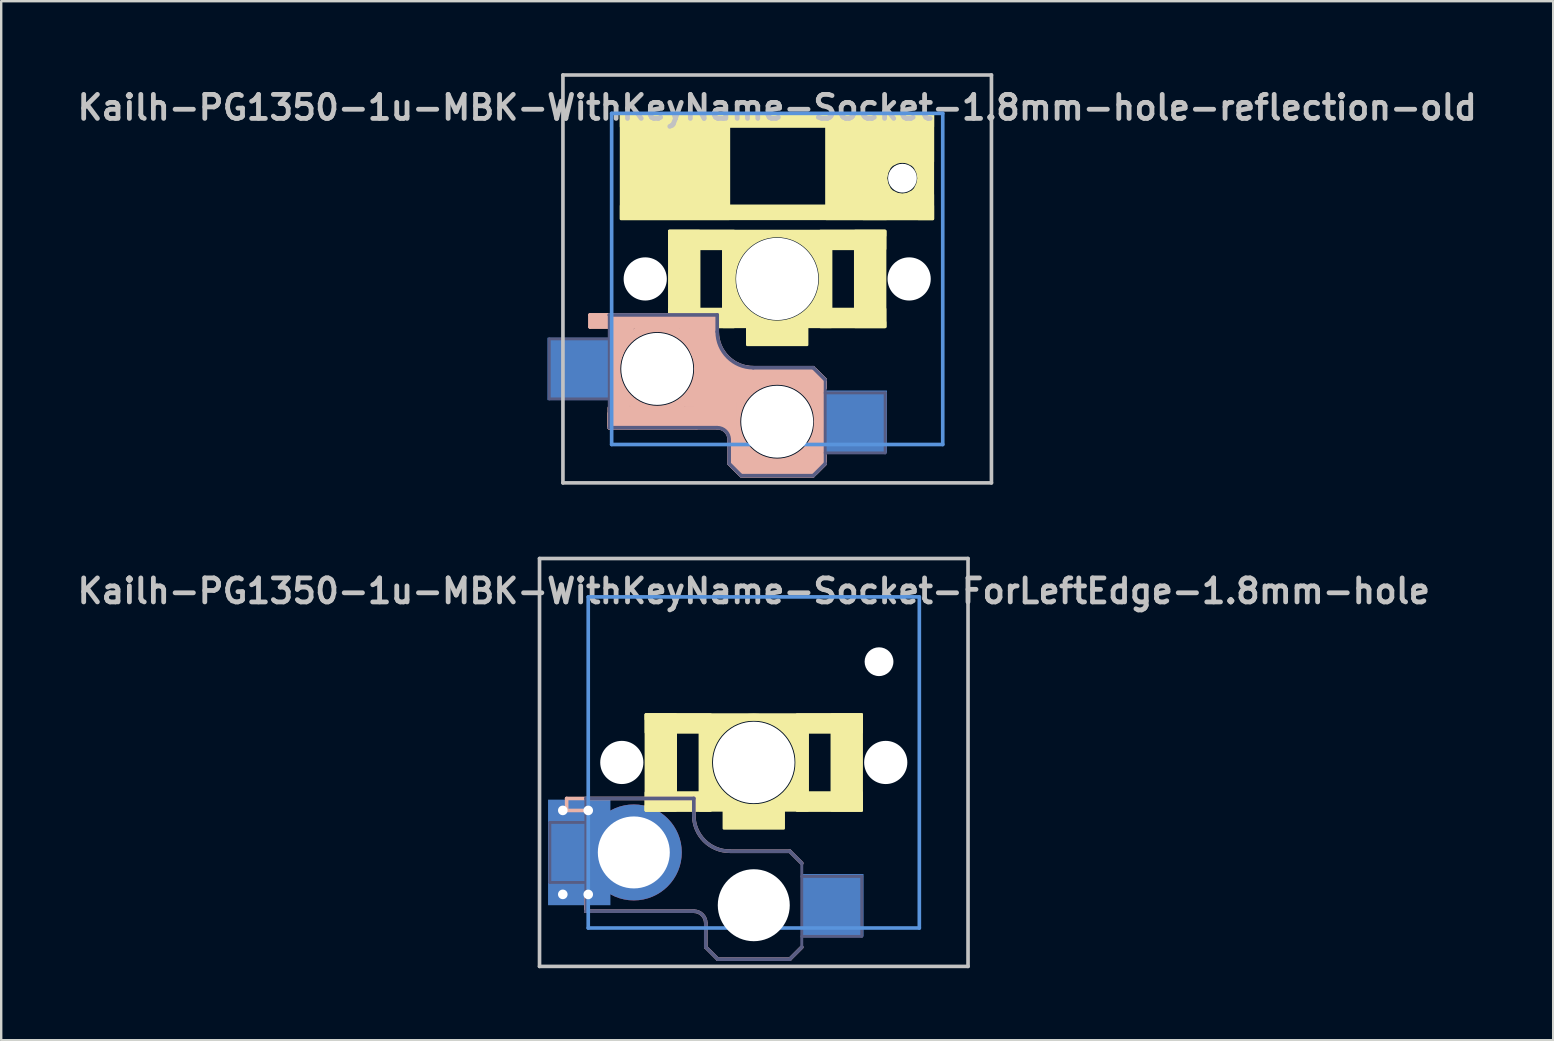
<source format=kicad_pcb>
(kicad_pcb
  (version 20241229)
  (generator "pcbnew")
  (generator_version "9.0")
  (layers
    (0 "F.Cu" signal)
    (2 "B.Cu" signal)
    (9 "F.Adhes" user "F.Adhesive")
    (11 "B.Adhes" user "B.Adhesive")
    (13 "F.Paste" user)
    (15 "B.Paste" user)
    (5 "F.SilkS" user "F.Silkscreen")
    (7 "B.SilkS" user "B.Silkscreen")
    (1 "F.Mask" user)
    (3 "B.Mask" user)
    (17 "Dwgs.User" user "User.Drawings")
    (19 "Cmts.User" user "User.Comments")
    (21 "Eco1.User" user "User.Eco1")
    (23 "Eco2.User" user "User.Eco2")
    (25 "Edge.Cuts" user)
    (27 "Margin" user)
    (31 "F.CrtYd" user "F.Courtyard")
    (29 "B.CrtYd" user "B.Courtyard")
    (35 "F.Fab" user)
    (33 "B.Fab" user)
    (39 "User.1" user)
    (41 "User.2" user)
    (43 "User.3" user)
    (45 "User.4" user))
  (footprint "Kailh-PG1350-1u-MBK-WithKeyName-Socket-ForLeftEdge-1.8mm-hole"
    (layer "F.Cu")
    (at 28.367 28.729)
    (property "Reference" "Kailh-PG1350-1u-MBK-WithKeyName-Socket-ForLeftEdge-1.8mm-hole" (at 0 -7.144 180) (layer "Dwgs.User") (effects (font (size 1 1) (thickness 0.2))))
    (attr through_hole)
    (fp_circle (center 0 0) (end 1.887 0) (stroke (width 0.3) (type solid)) (fill no) (layer "F.SilkS"))
    (fp_poly (pts (xy -1.85 0.95) (xy -1 1.8) (xy -1.85 1.8)) (stroke (width 0.12) (type solid)) (fill yes) (layer "F.SilkS"))
    (fp_poly (pts (xy -0.95 -1.75) (xy -1.8 -0.9) (xy -1.8 -1.75)) (stroke (width 0.12) (type solid)) (fill yes) (layer "F.SilkS"))
    (fp_poly (pts (xy 1 1.8) (xy 1.85 0.95) (xy 1.85 1.8)) (stroke (width 0.12) (type solid)) (fill yes) (layer "F.SilkS"))
    (fp_poly (pts (xy 1.8 -0.95) (xy 0.95 -1.8) (xy 1.8 -1.8)) (stroke (width 0.12) (type solid)) (fill yes) (layer "F.SilkS"))
    (fp_poly (pts (xy -3.25 2) (xy -4.5 2) (xy -4.5 -2) (xy -3.25 -2)) (stroke (width 0.1) (type solid)) (fill yes) (layer "F.SilkS"))
    (fp_poly (pts (xy -1.8 -1.25) (xy -4.5 -1.25) (xy -4.5 -2) (xy -1.8 -2)) (stroke (width 0.1) (type solid)) (fill yes) (layer "F.SilkS"))
    (fp_poly (pts (xy -1.8 2) (xy -4.5 2) (xy -4.5 1.25) (xy -1.8 1.25)) (stroke (width 0.1) (type solid)) (fill yes) (layer "F.SilkS"))
    (fp_poly (pts (xy -1.8 2) (xy -2.25 2) (xy -2.25 -1.5) (xy -1.8 -1.5)) (stroke (width 0.1) (type solid)) (fill yes) (layer "F.SilkS"))
    (fp_poly (pts (xy 1.25 2.75) (xy -1.25 2.75) (xy -1.25 2) (xy 1.25 2)) (stroke (width 0.1) (type solid)) (fill yes) (layer "F.SilkS"))
    (fp_poly (pts (xy 2.25 2) (xy 1.8 2) (xy 1.8 -1.5) (xy 2.25 -1.5)) (stroke (width 0.1) (type solid)) (fill yes) (layer "F.SilkS"))
    (fp_poly (pts (xy 4.5 -1.8) (xy -4.5 -1.8) (xy -4.5 -2) (xy 4.5 -2)) (stroke (width 0.1) (type solid)) (fill yes) (layer "F.SilkS"))
    (fp_poly (pts (xy 4.5 -1.25) (xy 1.8 -1.25) (xy 1.8 -2) (xy 4.5 -2)) (stroke (width 0.1) (type solid)) (fill yes) (layer "F.SilkS"))
    (fp_poly (pts (xy 4.5 2) (xy -4.5 2) (xy -4.5 1.8) (xy 4.5 1.8)) (stroke (width 0.1) (type solid)) (fill yes) (layer "F.SilkS"))
    (fp_poly (pts (xy 4.5 2) (xy 1.8 2) (xy 1.8 1.25) (xy 4.5 1.25)) (stroke (width 0.1) (type solid)) (fill yes) (layer "F.SilkS"))
    (fp_poly (pts (xy 4.5 2) (xy 3.25 2) (xy 3.25 -2) (xy 4.5 -2)) (stroke (width 0.1) (type solid)) (fill yes) (layer "F.SilkS"))
    (fp_line (start -7.8 1.5) (end -7.8 2) (stroke (width 0.15) (type solid)) (layer "B.SilkS"))
    (fp_line (start -7 2) (end -7.8 2) (stroke (width 0.15) (type solid)) (layer "B.SilkS"))
    (fp_line (start -7 5.6) (end -7 6.2) (stroke (width 0.15) (type solid)) (layer "B.SilkS"))
    (fp_line (start -7 6.2) (end -2.5 6.2) (stroke (width 0.15) (type solid)) (layer "B.SilkS"))
    (fp_line (start -2.5 1.5) (end -7.8 1.5) (stroke (width 0.15) (type solid)) (layer "B.SilkS"))
    (fp_line (start -2.5 2.2) (end -2.5 1.5) (stroke (width 0.15) (type solid)) (layer "B.SilkS"))
    (fp_line (start -2 6.7) (end -2 7.7) (stroke (width 0.15) (type solid)) (layer "B.SilkS"))
    (fp_line (start -1.5 8.2) (end -2 7.7) (stroke (width 0.15) (type solid)) (layer "B.SilkS"))
    (fp_line (start 1.5 3.7) (end -1 3.7) (stroke (width 0.15) (type solid)) (layer "B.SilkS"))
    (fp_line (start 1.5 8.2) (end -1.5 8.2) (stroke (width 0.15) (type solid)) (layer "B.SilkS"))
    (fp_line (start 2 4.2) (end 1.5 3.7) (stroke (width 0.15) (type solid)) (layer "B.SilkS"))
    (fp_line (start 2 7.7) (end 1.5 8.2) (stroke (width 0.15) (type solid)) (layer "B.SilkS"))
    (fp_arc (start -2.5 6.2) (mid -2.146447 6.346447) (end -2 6.7) (stroke (width 0.15) (type solid)) (layer "B.SilkS"))
    (fp_arc (start -1 3.7) (mid -2.06066 3.26066) (end -2.5 2.2) (stroke (width 0.15) (type solid)) (layer "B.SilkS"))
    (fp_line (start -8.93 -8.5) (end 8.93 -8.5) (stroke (width 0.152) (type solid)) (layer "Dwgs.User"))
    (fp_line (start -8.93 8.5) (end -8.93 -8.5) (stroke (width 0.152) (type solid)) (layer "Dwgs.User"))
    (fp_line (start 8.93 -8.5) (end 8.93 8.5) (stroke (width 0.152) (type solid)) (layer "Dwgs.User"))
    (fp_line (start 8.93 8.5) (end -8.93 8.5) (stroke (width 0.152) (type solid)) (layer "Dwgs.User"))
    (fp_line (start -6.9 -6.9) (end 6.9 -6.9) (stroke (width 0.152) (type solid)) (layer "Cmts.User"))
    (fp_line (start -6.9 6.9) (end -6.9 -6.9) (stroke (width 0.152) (type solid)) (layer "Cmts.User"))
    (fp_line (start 6.9 -6.9) (end 6.9 6.9) (stroke (width 0.152) (type solid)) (layer "Cmts.User"))
    (fp_line (start 6.9 6.9) (end -6.9 6.9) (stroke (width 0.152) (type solid)) (layer "Cmts.User"))
    (fp_line (start -7.5 -7.5) (end 7.5 -7.5) (stroke (width 0.152) (type solid)) (layer "Eco2.User"))
    (fp_line (start -7.5 7.5) (end -7.5 -7.5) (stroke (width 0.152) (type solid)) (layer "Eco2.User"))
    (fp_line (start -2.6 -3.1) (end -2.6 -6.3) (stroke (width 0.15) (type solid)) (layer "Eco2.User"))
    (fp_line (start -2.6 -3.1) (end 2.6 -3.1) (stroke (width 0.15) (type solid)) (layer "Eco2.User"))
    (fp_line (start 2.6 -6.3) (end -2.6 -6.3) (stroke (width 0.15) (type solid)) (layer "Eco2.User"))
    (fp_line (start 2.6 -3.1) (end 2.6 -6.3) (stroke (width 0.15) (type solid)) (layer "Eco2.User"))
    (fp_line (start 7.5 -7.5) (end 7.5 7.5) (stroke (width 0.152) (type solid)) (layer "Eco2.User"))
    (fp_line (start 7.5 7.5) (end -7.5 7.5) (stroke (width 0.152) (type solid)) (layer "Eco2.User"))
    (fp_line (start -8.5 2.5) (end -7 2.5) (stroke (width 0.12) (type solid)) (layer "B.Fab"))
    (fp_line (start -8.5 5) (end -8.5 2.5) (stroke (width 0.12) (type solid)) (layer "B.Fab"))
    (fp_line (start -7 1.5) (end -7 6.2) (stroke (width 0.12) (type solid)) (layer "B.Fab"))
    (fp_line (start -7 5) (end -8.5 5) (stroke (width 0.12) (type solid)) (layer "B.Fab"))
    (fp_line (start -7 6.2) (end -2.5 6.2) (stroke (width 0.15) (type solid)) (layer "B.Fab"))
    (fp_line (start -2.5 1.5) (end -7 1.5) (stroke (width 0.15) (type solid)) (layer "B.Fab"))
    (fp_line (start -2.5 2.2) (end -2.5 1.5) (stroke (width 0.15) (type solid)) (layer "B.Fab"))
    (fp_line (start -2 6.7) (end -2 7.7) (stroke (width 0.15) (type solid)) (layer "B.Fab"))
    (fp_line (start -1.5 8.2) (end -2 7.7) (stroke (width 0.15) (type solid)) (layer "B.Fab"))
    (fp_line (start 1.5 3.7) (end -1 3.7) (stroke (width 0.15) (type solid)) (layer "B.Fab"))
    (fp_line (start 1.5 8.2) (end -1.5 8.2) (stroke (width 0.15) (type solid)) (layer "B.Fab"))
    (fp_line (start 2 4.2) (end 1.5 3.7) (stroke (width 0.15) (type solid)) (layer "B.Fab"))
    (fp_line (start 2 4.25) (end 2 7.7) (stroke (width 0.12) (type solid)) (layer "B.Fab"))
    (fp_line (start 2 4.75) (end 4.5 4.75) (stroke (width 0.12) (type solid)) (layer "B.Fab"))
    (fp_line (start 2 7.7) (end 1.5 8.2) (stroke (width 0.15) (type solid)) (layer "B.Fab"))
    (fp_line (start 4.5 4.75) (end 4.5 7.25) (stroke (width 0.12) (type solid)) (layer "B.Fab"))
    (fp_line (start 4.5 7.25) (end 2 7.25) (stroke (width 0.12) (type solid)) (layer "B.Fab"))
    (fp_arc (start -2.5 6.2) (mid -2.146447 6.346447) (end -2 6.7) (stroke (width 0.15) (type solid)) (layer "B.Fab"))
    (fp_arc (start -1 3.7) (mid -2.06066 3.26066) (end -2.5 2.2) (stroke (width 0.15) (type solid)) (layer "B.Fab"))
    (pad "" np_thru_hole circle (at -5.5 0 180) (size 1.8 1.8) (drill 1.8) (layers "*.Cu" "*.Mask"))
    (pad "" np_thru_hole circle (at 0 0 180) (size 3.4 3.4) (drill 3.4) (layers "*.Cu" "*.Mask"))
    (pad "" np_thru_hole circle (at 0 5.95) (size 3 3) (drill 3) (layers "*.Cu" "*.Mask"))
    (pad "" np_thru_hole circle (at 5.22 -4.2 180) (size 1.2 1.2) (drill 1.2) (layers "*.Cu" "*.Mask"))
    (pad "" np_thru_hole circle (at 5.5 0 180) (size 1.8 1.8) (drill 1.8) (layers "*.Cu" "*.Mask"))
    (pad "1" smd rect (at 3.275 5.95) (size 2.6 2.6) (layers "B.Cu" "B.Mask" "B.Paste"))
    (pad "2" thru_hole circle (at -7.96 1.998) (size 0.8 0.8) (drill 0.4) (layers "*.Cu"))
    (pad "2" thru_hole circle (at -7.96 5.498) (size 0.8 0.8) (drill 0.4) (layers "*.Cu"))
    (pad "2" smd rect (at -7.525 3.75) (size 2.1 2.6) (layers "B.Cu" "B.Mask" "B.Paste"))
    (pad "2" smd rect (at -7.275 3.75) (size 2.6 4.4) (layers "B.Cu"))
    (pad "2" thru_hole circle (at -6.9 2) (size 0.8 0.8) (drill 0.4) (layers "*.Cu"))
    (pad "2" thru_hole circle (at -6.9 5.5) (size 0.8 0.8) (drill 0.4) (layers "*.Cu"))
    (pad "2" thru_hole circle (at -5 3.75) (size 4 4) (drill 3) (layers "*.Cu")))
  (footprint "Kailh-PG1350-1u-MBK-WithKeyName-Socket-1.8mm-hole-reflection-old"
    (layer "F.Cu")
    (at 29.343 8.576)
    (property "Reference" "Kailh-PG1350-1u-MBK-WithKeyName-Socket-1.8mm-hole-reflection-old" (at 0 -7.144 180) (layer "Dwgs.User") (effects (font (size 1 1) (thickness 0.2))))
    (attr through_hole)
    (fp_circle (center 0 0) (end 1.887 0) (stroke (width 0.3) (type solid)) (fill no) (layer "F.SilkS"))
    (fp_poly (pts (xy -1.85 0.95) (xy -1 1.8) (xy -1.85 1.8)) (stroke (width 0.12) (type solid)) (fill yes) (layer "F.SilkS"))
    (fp_poly (pts (xy -0.95 -1.75) (xy -1.8 -0.9) (xy -1.8 -1.75)) (stroke (width 0.12) (type solid)) (fill yes) (layer "F.SilkS"))
    (fp_poly (pts (xy 1 1.8) (xy 1.85 0.95) (xy 1.85 1.8)) (stroke (width 0.12) (type solid)) (fill yes) (layer "F.SilkS"))
    (fp_poly (pts (xy 1.8 -0.95) (xy 0.95 -1.8) (xy 1.8 -1.8)) (stroke (width 0.12) (type solid)) (fill yes) (layer "F.SilkS"))
    (fp_poly (pts (xy -3.25 2) (xy -4.5 2) (xy -4.5 -2) (xy -3.25 -2)) (stroke (width 0.1) (type solid)) (fill yes) (layer "F.SilkS"))
    (fp_poly (pts (xy -2.01 -6.9) (xy -6.51 -6.9) (xy -6.51 -2.5) (xy -2.01 -2.5)) (stroke (width 0.1) (type solid)) (fill yes) (layer "F.SilkS"))
    (fp_poly (pts (xy -1.8 -1.25) (xy -4.5 -1.25) (xy -4.5 -2) (xy -1.8 -2)) (stroke (width 0.1) (type solid)) (fill yes) (layer "F.SilkS"))
    (fp_poly (pts (xy -1.8 2) (xy -4.5 2) (xy -4.5 1.25) (xy -1.8 1.25)) (stroke (width 0.1) (type solid)) (fill yes) (layer "F.SilkS"))
    (fp_poly (pts (xy -1.8 2) (xy -2.25 2) (xy -2.25 -1.5) (xy -1.8 -1.5)) (stroke (width 0.1) (type solid)) (fill yes) (layer "F.SilkS"))
    (fp_poly (pts (xy 1.25 2.75) (xy -1.25 2.75) (xy -1.25 2) (xy 1.25 2)) (stroke (width 0.1) (type solid)) (fill yes) (layer "F.SilkS"))
    (fp_poly (pts (xy 2.25 2) (xy 1.8 2) (xy 1.8 -1.5) (xy 2.25 -1.5)) (stroke (width 0.1) (type solid)) (fill yes) (layer "F.SilkS"))
    (fp_poly (pts (xy 4.5 -1.8) (xy -4.5 -1.8) (xy -4.5 -2) (xy 4.5 -2)) (stroke (width 0.1) (type solid)) (fill yes) (layer "F.SilkS"))
    (fp_poly (pts (xy 4.5 -1.25) (xy 1.8 -1.25) (xy 1.8 -2) (xy 4.5 -2)) (stroke (width 0.1) (type solid)) (fill yes) (layer "F.SilkS"))
    (fp_poly (pts (xy 4.5 2) (xy -4.5 2) (xy -4.5 1.8) (xy 4.5 1.8)) (stroke (width 0.1) (type solid)) (fill yes) (layer "F.SilkS"))
    (fp_poly (pts (xy 4.5 2) (xy 1.8 2) (xy 1.8 1.25) (xy 4.5 1.25)) (stroke (width 0.1) (type solid)) (fill yes) (layer "F.SilkS"))
    (fp_poly (pts (xy 4.5 2) (xy 3.25 2) (xy 3.25 -2) (xy 4.5 -2)) (stroke (width 0.1) (type solid)) (fill yes) (layer "F.SilkS"))
    (fp_poly (pts (xy 4.54 -6.9) (xy 2.05 -6.9) (xy 2.05 -2.5) (xy 4.54 -2.5)) (stroke (width 0.1) (type solid)) (fill yes) (layer "F.SilkS"))
    (fp_poly (pts (xy 6.49 -6.9) (xy -6.51 -6.9) (xy -6.51 -6.35) (xy 6.49 -6.35)) (stroke (width 0.1) (type solid)) (fill yes) (layer "F.SilkS"))
    (fp_poly (pts (xy 6.49 -6.9) (xy 3.59 -6.9) (xy 3.59 -4.89) (xy 6.49 -4.89)) (stroke (width 0.1) (type solid)) (fill yes) (layer "F.SilkS"))
    (fp_poly (pts (xy 6.49 -6.9) (xy 5.89 -6.9) (xy 5.89 -2.5) (xy 6.49 -2.5)) (stroke (width 0.1) (type solid)) (fill yes) (layer "F.SilkS"))
    (fp_poly (pts (xy 6.49 -3.51) (xy 3.59 -3.51) (xy 3.59 -2.5) (xy 6.49 -2.5)) (stroke (width 0.1) (type solid)) (fill yes) (layer "F.SilkS"))
    (fp_poly (pts (xy 6.49 -3.05) (xy -6.51 -3.05) (xy -6.51 -2.5) (xy 6.49 -2.5)) (stroke (width 0.1) (type solid)) (fill yes) (layer "F.SilkS"))
    (fp_poly (pts (xy 4.59 -4.45) (xy 4.69 -4.65) (xy 4.79 -4.75) (xy 4.99 -4.85) (xy 5.19 -4.9) (xy 4.54 -4.9) (xy 4.54 -4.25)) (stroke (width 0.1) (type solid)) (fill yes) (layer "F.SilkS"))
    (fp_poly (pts (xy 4.99 -3.55) (xy 4.79 -3.65) (xy 4.69 -3.75) (xy 4.59 -3.95) (xy 4.54 -4.15) (xy 4.54 -3.5) (xy 5.19 -3.5)) (stroke (width 0.1) (type solid)) (fill yes) (layer "F.SilkS"))
    (fp_poly (pts (xy 5.44 -4.85) (xy 5.64 -4.75) (xy 5.74 -4.65) (xy 5.84 -4.45) (xy 5.89 -4.25) (xy 5.89 -4.9) (xy 5.24 -4.9)) (stroke (width 0.1) (type solid)) (fill yes) (layer "F.SilkS"))
    (fp_poly (pts (xy 5.84 -3.95) (xy 5.74 -3.75) (xy 5.64 -3.65) (xy 5.44 -3.55) (xy 5.24 -3.5) (xy 5.89 -3.5) (xy 5.89 -4.15)) (stroke (width 0.1) (type solid)) (fill yes) (layer "F.SilkS"))
    (fp_line (start -7.8 1.5) (end -7.8 2) (stroke (width 0.15) (type solid)) (layer "B.SilkS"))
    (fp_line (start -7 2) (end -7.8 2) (stroke (width 0.15) (type solid)) (layer "B.SilkS"))
    (fp_line (start -7 5.6) (end -7 6.2) (stroke (width 0.15) (type solid)) (layer "B.SilkS"))
    (fp_line (start -7 6.2) (end -2.5 6.2) (stroke (width 0.15) (type solid)) (layer "B.SilkS"))
    (fp_line (start -2.5 1.5) (end -7.8 1.5) (stroke (width 0.15) (type solid)) (layer "B.SilkS"))
    (fp_line (start -2.5 2.2) (end -2.5 1.5) (stroke (width 0.15) (type solid)) (layer "B.SilkS"))
    (fp_line (start -2 6.7) (end -2 7.7) (stroke (width 0.15) (type solid)) (layer "B.SilkS"))
    (fp_line (start -1.5 8.2) (end -2 7.7) (stroke (width 0.15) (type solid)) (layer "B.SilkS"))
    (fp_line (start 1.5 3.7) (end -1 3.7) (stroke (width 0.15) (type solid)) (layer "B.SilkS"))
    (fp_line (start 1.5 8.2) (end -1.5 8.2) (stroke (width 0.15) (type solid)) (layer "B.SilkS"))
    (fp_line (start 2 4.2) (end 1.5 3.7) (stroke (width 0.15) (type solid)) (layer "B.SilkS"))
    (fp_line (start 2 7.7) (end 1.5 8.2) (stroke (width 0.15) (type solid)) (layer "B.SilkS"))
    (fp_rect (start -7.8 1.5) (end -2.5 2) (stroke (width 0.15) (type solid)) (fill yes) (layer "B.SilkS"))
    (fp_arc (start -2.5 6.2) (mid -2.146447 6.346447) (end -2 6.7) (stroke (width 0.15) (type solid)) (layer "B.SilkS"))
    (fp_arc (start -1 3.7) (mid -2.06066 3.26066) (end -2.5 2.2) (stroke (width 0.15) (type solid)) (layer "B.SilkS"))
    (fp_circle (center -5 3.75) (end -3.263 3.75) (stroke (width 0.4) (type solid)) (fill no) (layer "B.SilkS"))
    (fp_circle (center 0 5.95) (end 1.737 5.95) (stroke (width 0.4) (type solid)) (fill no) (layer "B.SilkS"))
    (fp_poly (pts (xy -3.35 6.2) (xy -7 6.2) (xy -7 5.375) (xy -3.35 5.375)) (stroke (width 0.15) (type solid)) (fill yes) (layer "B.SilkS"))
    (fp_poly (pts (xy -2.5 6.2) (xy -3.4 6.2) (xy -3.4 1.5) (xy -2.5 1.5)) (stroke (width 0.12) (type solid)) (fill yes) (layer "B.SilkS"))
    (fp_poly (pts (xy 1.5 8.2) (xy -1.5 8.2) (xy -2 7.7) (xy 1.5 7.7)) (stroke (width 0.15) (type solid)) (fill yes) (layer "B.SilkS"))
    (fp_poly (pts (xy -6.875 1.975) (xy -6 1.975) (xy -6.737 3.75) (xy -6.2 5.3) (xy -6.875 5.3)) (stroke (width 0.12) (type solid)) (fill yes) (layer "B.SilkS"))
    (fp_poly (pts (xy -3.125 1.95) (xy -4.05 1.95) (xy -3.263 3.725) (xy -3.8 5.275) (xy -3.125 5.275)) (stroke (width 0.12) (type solid)) (fill yes) (layer "B.SilkS"))
    (fp_poly (pts (xy 2 4.2) (xy 2 4.55) (xy 1.875 4.55) (xy 1.875 7.35) (xy 2 7.35) (xy 2 7.7) (xy 1.6 8.1) (xy 1.6 7.65) (xy 0.95 7.65) (xy 1.6 7.025) (xy 1.6 3.8)) (stroke (width 0.15) (type solid)) (fill yes) (layer "B.SilkS"))
    (fp_poly (pts (xy -2.069 3.273) (xy -1.575 3.65) (xy -1 3.7) (xy 1.5 3.7) (xy 1.5 4.75) (xy 0 4.213) (xy -1.444 4.703) (xy -1.625 5.125) (xy -1.625 6.925) (xy -0.9 7.625) (xy -2 7.625) (xy -2 6.525) (xy -2.175 6.275) (xy -2.5 6.1) (xy -2.5 2.7)) (stroke (width 0.12) (type solid)) (fill yes) (layer "B.SilkS"))
    (fp_line (start -8.93 -8.5) (end 8.93 -8.5) (stroke (width 0.152) (type solid)) (layer "Dwgs.User"))
    (fp_line (start -8.93 8.5) (end -8.93 -8.5) (stroke (width 0.152) (type solid)) (layer "Dwgs.User"))
    (fp_line (start 8.93 -8.5) (end 8.93 8.5) (stroke (width 0.152) (type solid)) (layer "Dwgs.User"))
    (fp_line (start 8.93 8.5) (end -8.93 8.5) (stroke (width 0.152) (type solid)) (layer "Dwgs.User"))
    (fp_line (start -6.9 -6.9) (end 6.9 -6.9) (stroke (width 0.152) (type solid)) (layer "Cmts.User"))
    (fp_line (start -6.9 6.9) (end -6.9 -6.9) (stroke (width 0.152) (type solid)) (layer "Cmts.User"))
    (fp_line (start 6.9 -6.9) (end 6.9 6.9) (stroke (width 0.152) (type solid)) (layer "Cmts.User"))
    (fp_line (start 6.9 6.9) (end -6.9 6.9) (stroke (width 0.152) (type solid)) (layer "Cmts.User"))
    (fp_line (start -7.5 -7.5) (end 7.5 -7.5) (stroke (width 0.152) (type solid)) (layer "Eco2.User"))
    (fp_line (start -7.5 7.5) (end -7.5 -7.5) (stroke (width 0.152) (type solid)) (layer "Eco2.User"))
    (fp_line (start -2.6 -3.1) (end -2.6 -6.3) (stroke (width 0.15) (type solid)) (layer "Eco2.User"))
    (fp_line (start -2.6 -3.1) (end 2.6 -3.1) (stroke (width 0.15) (type solid)) (layer "Eco2.User"))
    (fp_line (start 2.6 -6.3) (end -2.6 -6.3) (stroke (width 0.15) (type solid)) (layer "Eco2.User"))
    (fp_line (start 2.6 -3.1) (end 2.6 -6.3) (stroke (width 0.15) (type solid)) (layer "Eco2.User"))
    (fp_line (start 7.5 -7.5) (end 7.5 7.5) (stroke (width 0.152) (type solid)) (layer "Eco2.User"))
    (fp_line (start 7.5 7.5) (end -7.5 7.5) (stroke (width 0.152) (type solid)) (layer "Eco2.User"))
    (fp_line (start -9.5 2.5) (end -7 2.5) (stroke (width 0.12) (type solid)) (layer "B.Fab"))
    (fp_line (start -9.5 5) (end -9.5 2.5) (stroke (width 0.12) (type solid)) (layer "B.Fab"))
    (fp_line (start -7 1.5) (end -7 6.2) (stroke (width 0.12) (type solid)) (layer "B.Fab"))
    (fp_line (start -7 5) (end -9.5 5) (stroke (width 0.12) (type solid)) (layer "B.Fab"))
    (fp_line (start -7 6.2) (end -2.5 6.2) (stroke (width 0.15) (type solid)) (layer "B.Fab"))
    (fp_line (start -2.5 1.5) (end -7 1.5) (stroke (width 0.15) (type solid)) (layer "B.Fab"))
    (fp_line (start -2.5 2.2) (end -2.5 1.5) (stroke (width 0.15) (type solid)) (layer "B.Fab"))
    (fp_line (start -2 6.7) (end -2 7.7) (stroke (width 0.15) (type solid)) (layer "B.Fab"))
    (fp_line (start -1.5 8.2) (end -2 7.7) (stroke (width 0.15) (type solid)) (layer "B.Fab"))
    (fp_line (start 1.5 3.7) (end -1 3.7) (stroke (width 0.15) (type solid)) (layer "B.Fab"))
    (fp_line (start 1.5 8.2) (end -1.5 8.2) (stroke (width 0.15) (type solid)) (layer "B.Fab"))
    (fp_line (start 2 4.2) (end 1.5 3.7) (stroke (width 0.15) (type solid)) (layer "B.Fab"))
    (fp_line (start 2 4.25) (end 2 7.7) (stroke (width 0.12) (type solid)) (layer "B.Fab"))
    (fp_line (start 2 4.75) (end 4.5 4.75) (stroke (width 0.12) (type solid)) (layer "B.Fab"))
    (fp_line (start 2 7.7) (end 1.5 8.2) (stroke (width 0.15) (type solid)) (layer "B.Fab"))
    (fp_line (start 4.5 4.75) (end 4.5 7.25) (stroke (width 0.12) (type solid)) (layer "B.Fab"))
    (fp_line (start 4.5 7.25) (end 2 7.25) (stroke (width 0.12) (type solid)) (layer "B.Fab"))
    (fp_arc (start -2.5 6.2) (mid -2.146447 6.346447) (end -2 6.7) (stroke (width 0.15) (type solid)) (layer "B.Fab"))
    (fp_arc (start -1 3.7) (mid -2.06066 3.26066) (end -2.5 2.2) (stroke (width 0.15) (type solid)) (layer "B.Fab"))
    (pad "" np_thru_hole circle (at -5.5 0 180) (size 1.8 1.8) (drill 1.8) (layers "*.Cu" "*.Mask"))
    (pad "" np_thru_hole circle (at -5 3.75) (size 3 3) (drill 3) (layers "*.Cu" "*.Mask"))
    (pad "" np_thru_hole circle (at 0 0) (size 3.429 3.429) (drill 3.429) (layers "*.Cu" "*.Mask"))
    (pad "" np_thru_hole circle (at 0 5.95) (size 3 3) (drill 3) (layers "*.Cu" "*.Mask"))
    (pad "" np_thru_hole circle (at 5.22 -4.2 180) (size 1.2 1.2) (drill 1.2) (layers "*.Cu" "*.Mask"))
    (pad "" np_thru_hole circle (at 5.5 0 180) (size 1.8 1.8) (drill 1.8) (layers "*.Cu" "*.Mask"))
    (pad "1" smd rect (at 3.275 5.95) (size 2.6 2.6) (layers "B.Cu" "B.Mask" "B.Paste"))
    (pad "2" smd rect (at -8.275 3.75) (size 2.6 2.6) (layers "B.Cu" "B.Mask" "B.Paste")))
  (gr_rect
    (start -3 -3)
    (end 61.686 40.305)
    (stroke (width 0.1) (type default))
    (fill no)
    (layer "Edge.Cuts")))
</source>
